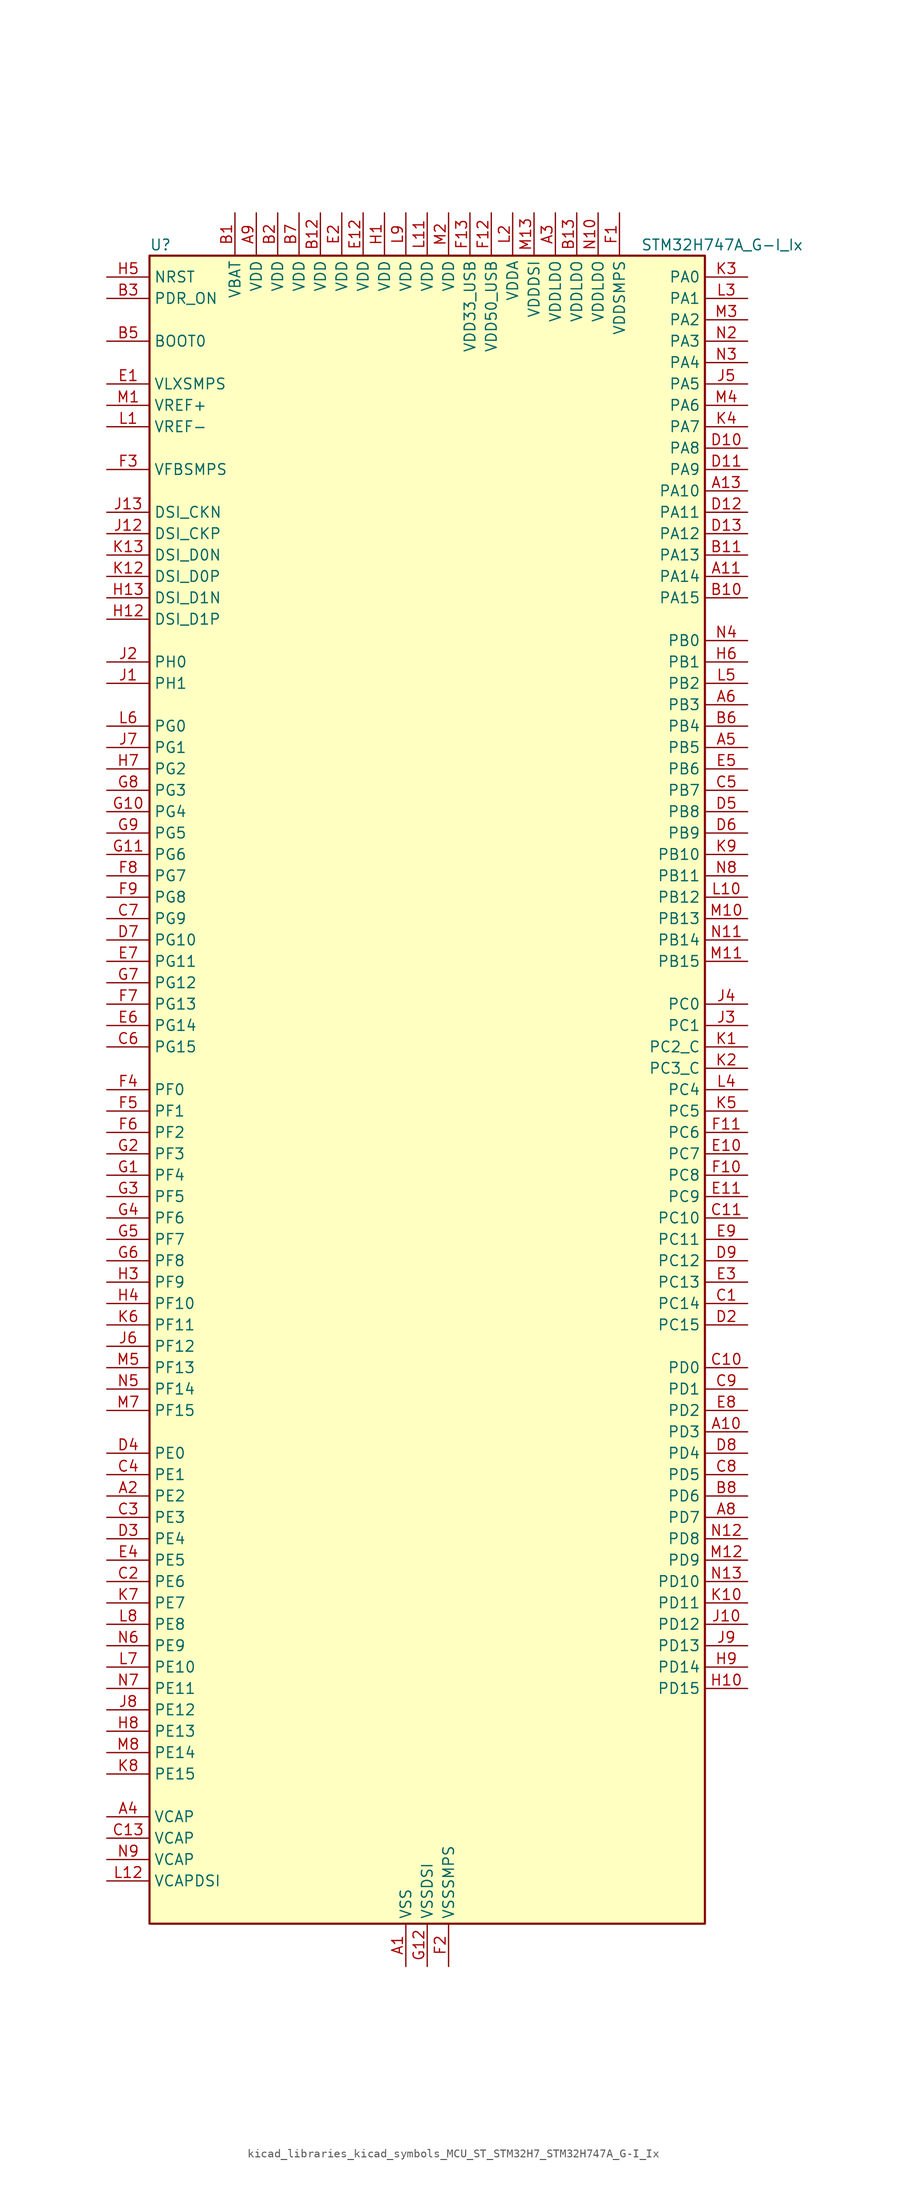
<source format=kicad_sym>
(kicad_symbol_lib
  (version 20220914)
  (generator kicad_symbol_editor)
  (symbol "kicad_libraries_kicad_symbols_MCU_ST_STM32H7_STM32H747A_G-I_Ix"
    (property "Reference" "U"
      (at -33.02 100.33 0)
      (effects (font (size 1.27 1.27)) (justify left)))
    (property "Value" "STM32H747A_G-I_Ix"
      (at 25.4 100.33 0)
      (effects (font (size 1.27 1.27)) (justify left)))
    (property "ki_locked" ""
      (at 0 0 0)
      (effects (font (size 1.27 1.27))))
    (symbol "kicad_libraries_kicad_symbols_MCU_ST_STM32H7_STM32H747A_G-I_Ix_0_1"
      (rectangle (start -33.02 -99.06) (end 33.02 99.06) (stroke (width 0.254) (type default)) (fill (type background))))
    (symbol "kicad_libraries_kicad_symbols_MCU_ST_STM32H7_STM32H747A_G-I_Ix_1_1"
      (pin power_in line (at -2.54 -104.14 90) (length 5.08) (name "VSS" (effects (font (size 1.27 1.27)))) (number "A1" (effects (font (size 1.27 1.27)))))
      (pin bidirectional line (at 38.1 -40.64 180) (length 5.08) (name "PD3" (effects (font (size 1.27 1.27)))) (number "A10" (effects (font (size 1.27 1.27)))) (alternate "DCMI_D5" bidirectional line) (alternate "DFSDM1_CKOUT" bidirectional line) (alternate "FMC_CLK" bidirectional line) (alternate "I2S2_CK" bidirectional line) (alternate "LTDC_G7" bidirectional line) (alternate "SPI2_SCK" bidirectional line) (alternate "USART2_CTS" bidirectional line) (alternate "USART2_NSS" bidirectional line))
      (pin bidirectional line (at 38.1 60.96 180) (length 5.08) (name "PA14" (effects (font (size 1.27 1.27)))) (number "A11" (effects (font (size 1.27 1.27)))) (alternate "DEBUG_JTCK-SWCLK" bidirectional line))
      (pin passive line (at -2.54 -104.14 90) (length 5.08) hide (name "VSS" (effects (font (size 1.27 1.27)))) (number "A12" (effects (font (size 1.27 1.27)))))
      (pin bidirectional line (at 38.1 71.12 180) (length 5.08) (name "PA10" (effects (font (size 1.27 1.27)))) (number "A13" (effects (font (size 1.27 1.27)))) (alternate "DCMI_D1" bidirectional line) (alternate "HRTIM_CHC2" bidirectional line) (alternate "LPUART1_RX" bidirectional line) (alternate "LTDC_B1" bidirectional line) (alternate "LTDC_B4" bidirectional line) (alternate "MDIOS_MDIO" bidirectional line) (alternate "TIM1_CH3" bidirectional line) (alternate "USART1_RX" bidirectional line) (alternate "USB_OTG_FS_ID" bidirectional line))
      (pin bidirectional line (at -38.1 -48.26 0) (length 5.08) (name "PE2" (effects (font (size 1.27 1.27)))) (number "A2" (effects (font (size 1.27 1.27)))) (alternate "DEBUG_TRACECLK" bidirectional line) (alternate "ETH_TXD3" bidirectional line) (alternate "FMC_A23" bidirectional line) (alternate "QUADSPI_BK1_IO2" bidirectional line) (alternate "SAI1_CK1" bidirectional line) (alternate "SAI1_MCLK_A" bidirectional line) (alternate "SAI4_CK1" bidirectional line) (alternate "SAI4_MCLK_A" bidirectional line) (alternate "SPI4_SCK" bidirectional line))
      (pin power_in line (at 15.24 104.14 270) (length 5.08) (name "VDDLDO" (effects (font (size 1.27 1.27)))) (number "A3" (effects (font (size 1.27 1.27)))))
      (pin power_out line (at -38.1 -86.36 0) (length 5.08) (name "VCAP" (effects (font (size 1.27 1.27)))) (number "A4" (effects (font (size 1.27 1.27)))))
      (pin bidirectional line (at 38.1 40.64 180) (length 5.08) (name "PB5" (effects (font (size 1.27 1.27)))) (number "A5" (effects (font (size 1.27 1.27)))) (alternate "DCMI_D10" bidirectional line) (alternate "ETH_PPS_OUT" bidirectional line) (alternate "FDCAN2_RX" bidirectional line) (alternate "FMC_SDCKE1" bidirectional line) (alternate "HRTIM_EEV7" bidirectional line) (alternate "I2C1_SMBA" bidirectional line) (alternate "I2C4_SMBA" bidirectional line) (alternate "I2S1_SDO" bidirectional line) (alternate "I2S3_SDO" bidirectional line) (alternate "SPI1_MOSI" bidirectional line) (alternate "SPI3_MOSI" bidirectional line) (alternate "SPI6_MOSI" bidirectional line) (alternate "TIM17_BKIN" bidirectional line) (alternate "TIM3_CH2" bidirectional line) (alternate "UART5_RX" bidirectional line) (alternate "USB_OTG_HS_ULPI_D7" bidirectional line))
      (pin bidirectional line (at 38.1 45.72 180) (length 5.08) (name "PB3" (effects (font (size 1.27 1.27)))) (number "A6" (effects (font (size 1.27 1.27)))) (alternate "CRS_SYNC" bidirectional line) (alternate "DEBUG_JTDO-SWO" bidirectional line) (alternate "HRTIM_FLT4" bidirectional line) (alternate "I2S1_CK" bidirectional line) (alternate "I2S3_CK" bidirectional line) (alternate "SDMMC2_D2" bidirectional line) (alternate "SPI1_SCK" bidirectional line) (alternate "SPI3_SCK" bidirectional line) (alternate "SPI6_SCK" bidirectional line) (alternate "TIM2_CH2" bidirectional line) (alternate "UART7_RX" bidirectional line))
      (pin passive line (at -2.54 -104.14 90) (length 5.08) hide (name "VSS" (effects (font (size 1.27 1.27)))) (number "A7" (effects (font (size 1.27 1.27)))))
      (pin bidirectional line (at 38.1 -50.8 180) (length 5.08) (name "PD7" (effects (font (size 1.27 1.27)))) (number "A8" (effects (font (size 1.27 1.27)))) (alternate "DFSDM1_CKIN1" bidirectional line) (alternate "DFSDM1_DATIN4" bidirectional line) (alternate "FMC_NE1" bidirectional line) (alternate "I2S1_SDO" bidirectional line) (alternate "SDMMC2_CMD" bidirectional line) (alternate "SPDIFRX1_IN0" bidirectional line) (alternate "SPI1_MOSI" bidirectional line) (alternate "USART2_CK" bidirectional line))
      (pin power_in line (at -20.32 104.14 270) (length 5.08) (name "VDD" (effects (font (size 1.27 1.27)))) (number "A9" (effects (font (size 1.27 1.27)))))
      (pin power_in line (at -22.86 104.14 270) (length 5.08) (name "VBAT" (effects (font (size 1.27 1.27)))) (number "B1" (effects (font (size 1.27 1.27)))))
      (pin bidirectional line (at 38.1 58.42 180) (length 5.08) (name "PA15" (effects (font (size 1.27 1.27)))) (number "B10" (effects (font (size 1.27 1.27)))) (alternate "ADC1_EXTI15" bidirectional line) (alternate "ADC2_EXTI15" bidirectional line) (alternate "ADC3_EXTI15" bidirectional line) (alternate "CEC" bidirectional line) (alternate "DEBUG_JTDI" bidirectional line) (alternate "DSIHOST_TE" bidirectional line) (alternate "HRTIM_FLT1" bidirectional line) (alternate "I2S1_WS" bidirectional line) (alternate "I2S3_WS" bidirectional line) (alternate "SPI1_NSS" bidirectional line) (alternate "SPI3_NSS" bidirectional line) (alternate "SPI6_NSS" bidirectional line) (alternate "TIM2_CH1" bidirectional line) (alternate "TIM2_ETR" bidirectional line) (alternate "UART4_DE" bidirectional line) (alternate "UART4_RTS" bidirectional line) (alternate "UART7_TX" bidirectional line))
      (pin bidirectional line (at 38.1 63.5 180) (length 5.08) (name "PA13" (effects (font (size 1.27 1.27)))) (number "B11" (effects (font (size 1.27 1.27)))) (alternate "DEBUG_JTMS-SWDIO" bidirectional line))
      (pin power_in line (at -12.7 104.14 270) (length 5.08) (name "VDD" (effects (font (size 1.27 1.27)))) (number "B12" (effects (font (size 1.27 1.27)))))
      (pin power_in line (at 17.78 104.14 270) (length 5.08) (name "VDDLDO" (effects (font (size 1.27 1.27)))) (number "B13" (effects (font (size 1.27 1.27)))))
      (pin power_in line (at -17.78 104.14 270) (length 5.08) (name "VDD" (effects (font (size 1.27 1.27)))) (number "B2" (effects (font (size 1.27 1.27)))))
      (pin input line (at -38.1 93.98 0) (length 5.08) (name "PDR_ON" (effects (font (size 1.27 1.27)))) (number "B3" (effects (font (size 1.27 1.27)))))
      (pin passive line (at -2.54 -104.14 90) (length 5.08) hide (name "VSS" (effects (font (size 1.27 1.27)))) (number "B4" (effects (font (size 1.27 1.27)))))
      (pin input line (at -38.1 88.9 0) (length 5.08) (name "BOOT0" (effects (font (size 1.27 1.27)))) (number "B5" (effects (font (size 1.27 1.27)))))
      (pin bidirectional line (at 38.1 43.18 180) (length 5.08) (name "PB4" (effects (font (size 1.27 1.27)))) (number "B6" (effects (font (size 1.27 1.27)))) (alternate "DEBUG_JTRST" bidirectional line) (alternate "HRTIM_EEV6" bidirectional line) (alternate "I2S1_SDI" bidirectional line) (alternate "I2S2_WS" bidirectional line) (alternate "I2S3_SDI" bidirectional line) (alternate "SDMMC2_D3" bidirectional line) (alternate "SPI1_MISO" bidirectional line) (alternate "SPI2_NSS" bidirectional line) (alternate "SPI3_MISO" bidirectional line) (alternate "SPI6_MISO" bidirectional line) (alternate "TIM16_BKIN" bidirectional line) (alternate "TIM3_CH1" bidirectional line) (alternate "UART7_TX" bidirectional line))
      (pin power_in line (at -15.24 104.14 270) (length 5.08) (name "VDD" (effects (font (size 1.27 1.27)))) (number "B7" (effects (font (size 1.27 1.27)))))
      (pin bidirectional line (at 38.1 -48.26 180) (length 5.08) (name "PD6" (effects (font (size 1.27 1.27)))) (number "B8" (effects (font (size 1.27 1.27)))) (alternate "DCMI_D10" bidirectional line) (alternate "DFSDM1_CKIN4" bidirectional line) (alternate "DFSDM1_DATIN1" bidirectional line) (alternate "FMC_NWAIT" bidirectional line) (alternate "I2S3_SDO" bidirectional line) (alternate "LTDC_B2" bidirectional line) (alternate "SAI1_D1" bidirectional line) (alternate "SAI1_SD_A" bidirectional line) (alternate "SAI4_D1" bidirectional line) (alternate "SAI4_SD_A" bidirectional line) (alternate "SDMMC2_CK" bidirectional line) (alternate "SPI3_MOSI" bidirectional line) (alternate "USART2_RX" bidirectional line))
      (pin passive line (at -2.54 -104.14 90) (length 5.08) hide (name "VSS" (effects (font (size 1.27 1.27)))) (number "B9" (effects (font (size 1.27 1.27)))))
      (pin bidirectional line (at 38.1 -25.4 180) (length 5.08) (name "PC14" (effects (font (size 1.27 1.27)))) (number "C1" (effects (font (size 1.27 1.27)))) (alternate "RCC_OSC32_IN" bidirectional line))
      (pin bidirectional line (at 38.1 -33.02 180) (length 5.08) (name "PD0" (effects (font (size 1.27 1.27)))) (number "C10" (effects (font (size 1.27 1.27)))) (alternate "DFSDM1_CKIN6" bidirectional line) (alternate "FDCAN1_RX" bidirectional line) (alternate "FMC_D2" bidirectional line) (alternate "FMC_DA2" bidirectional line) (alternate "SAI3_SCK_A" bidirectional line) (alternate "UART4_RX" bidirectional line))
      (pin bidirectional line (at 38.1 -15.24 180) (length 5.08) (name "PC10" (effects (font (size 1.27 1.27)))) (number "C11" (effects (font (size 1.27 1.27)))) (alternate "DCMI_D8" bidirectional line) (alternate "DFSDM1_CKIN5" bidirectional line) (alternate "HRTIM_EEV1" bidirectional line) (alternate "I2S3_CK" bidirectional line) (alternate "LTDC_R2" bidirectional line) (alternate "QUADSPI_BK1_IO1" bidirectional line) (alternate "SDMMC1_D2" bidirectional line) (alternate "SPI3_SCK" bidirectional line) (alternate "UART4_TX" bidirectional line) (alternate "USART3_TX" bidirectional line))
      (pin passive line (at -2.54 -104.14 90) (length 5.08) hide (name "VSS" (effects (font (size 1.27 1.27)))) (number "C12" (effects (font (size 1.27 1.27)))))
      (pin power_out line (at -38.1 -88.9 0) (length 5.08) (name "VCAP" (effects (font (size 1.27 1.27)))) (number "C13" (effects (font (size 1.27 1.27)))))
      (pin bidirectional line (at -38.1 -58.42 0) (length 5.08) (name "PE6" (effects (font (size 1.27 1.27)))) (number "C2" (effects (font (size 1.27 1.27)))) (alternate "DCMI_D7" bidirectional line) (alternate "DEBUG_TRACED3" bidirectional line) (alternate "FMC_A22" bidirectional line) (alternate "LTDC_G1" bidirectional line) (alternate "SAI1_D1" bidirectional line) (alternate "SAI1_SD_A" bidirectional line) (alternate "SAI2_MCLK_B" bidirectional line) (alternate "SAI4_D1" bidirectional line) (alternate "SAI4_SD_A" bidirectional line) (alternate "SPI4_MOSI" bidirectional line) (alternate "TIM15_CH2" bidirectional line) (alternate "TIM1_BKIN2" bidirectional line) (alternate "TIM1_BKIN2_COMP1" bidirectional line) (alternate "TIM1_BKIN2_COMP2" bidirectional line))
      (pin bidirectional line (at -38.1 -50.8 0) (length 5.08) (name "PE3" (effects (font (size 1.27 1.27)))) (number "C3" (effects (font (size 1.27 1.27)))) (alternate "DEBUG_TRACED0" bidirectional line) (alternate "FMC_A19" bidirectional line) (alternate "SAI1_SD_B" bidirectional line) (alternate "SAI4_SD_B" bidirectional line) (alternate "TIM15_BKIN" bidirectional line))
      (pin bidirectional line (at -38.1 -45.72 0) (length 5.08) (name "PE1" (effects (font (size 1.27 1.27)))) (number "C4" (effects (font (size 1.27 1.27)))) (alternate "DCMI_D3" bidirectional line) (alternate "FMC_NBL1" bidirectional line) (alternate "HRTIM_SCOUT" bidirectional line) (alternate "LPTIM1_IN2" bidirectional line) (alternate "UART8_TX" bidirectional line))
      (pin bidirectional line (at 38.1 35.56 180) (length 5.08) (name "PB7" (effects (font (size 1.27 1.27)))) (number "C5" (effects (font (size 1.27 1.27)))) (alternate "DCMI_VSYNC" bidirectional line) (alternate "DFSDM1_CKIN5" bidirectional line) (alternate "FMC_NL" bidirectional line) (alternate "HRTIM_EEV9" bidirectional line) (alternate "I2C1_SDA" bidirectional line) (alternate "I2C4_SDA" bidirectional line) (alternate "LPUART1_RX" bidirectional line) (alternate "PWR_PVD_IN" bidirectional line) (alternate "TIM17_CH1N" bidirectional line) (alternate "TIM4_CH2" bidirectional line) (alternate "USART1_RX" bidirectional line))
      (pin bidirectional line (at -38.1 5.08 0) (length 5.08) (name "PG15" (effects (font (size 1.27 1.27)))) (number "C6" (effects (font (size 1.27 1.27)))) (alternate "ADC1_EXTI15" bidirectional line) (alternate "ADC2_EXTI15" bidirectional line) (alternate "ADC3_EXTI15" bidirectional line) (alternate "DCMI_D13" bidirectional line) (alternate "FMC_SDNCAS" bidirectional line) (alternate "USART6_CTS" bidirectional line) (alternate "USART6_NSS" bidirectional line))
      (pin bidirectional line (at -38.1 20.32 0) (length 5.08) (name "PG9" (effects (font (size 1.27 1.27)))) (number "C7" (effects (font (size 1.27 1.27)))) (alternate "DAC1_EXTI9" bidirectional line) (alternate "DCMI_VSYNC" bidirectional line) (alternate "FMC_NCE" bidirectional line) (alternate "FMC_NE2" bidirectional line) (alternate "I2S1_SDI" bidirectional line) (alternate "QUADSPI_BK2_IO2" bidirectional line) (alternate "SAI2_FS_B" bidirectional line) (alternate "SPDIFRX1_IN3" bidirectional line) (alternate "SPI1_MISO" bidirectional line) (alternate "USART6_RX" bidirectional line))
      (pin bidirectional line (at 38.1 -45.72 180) (length 5.08) (name "PD5" (effects (font (size 1.27 1.27)))) (number "C8" (effects (font (size 1.27 1.27)))) (alternate "FMC_NWE" bidirectional line) (alternate "HRTIM_EEV3" bidirectional line) (alternate "USART2_TX" bidirectional line))
      (pin bidirectional line (at 38.1 -35.56 180) (length 5.08) (name "PD1" (effects (font (size 1.27 1.27)))) (number "C9" (effects (font (size 1.27 1.27)))) (alternate "DFSDM1_DATIN6" bidirectional line) (alternate "FDCAN1_TX" bidirectional line) (alternate "FMC_D3" bidirectional line) (alternate "FMC_DA3" bidirectional line) (alternate "SAI3_SD_A" bidirectional line) (alternate "UART4_TX" bidirectional line))
      (pin passive line (at -2.54 -104.14 90) (length 5.08) hide (name "VSS" (effects (font (size 1.27 1.27)))) (number "D1" (effects (font (size 1.27 1.27)))))
      (pin bidirectional line (at 38.1 76.2 180) (length 5.08) (name "PA8" (effects (font (size 1.27 1.27)))) (number "D10" (effects (font (size 1.27 1.27)))) (alternate "HRTIM_CHB2" bidirectional line) (alternate "I2C3_SCL" bidirectional line) (alternate "LTDC_B3" bidirectional line) (alternate "LTDC_R6" bidirectional line) (alternate "RCC_MCO_1" bidirectional line) (alternate "TIM1_CH1" bidirectional line) (alternate "TIM8_BKIN2" bidirectional line) (alternate "TIM8_BKIN2_COMP1" bidirectional line) (alternate "TIM8_BKIN2_COMP2" bidirectional line) (alternate "UART7_RX" bidirectional line) (alternate "USART1_CK" bidirectional line) (alternate "USB_OTG_FS_SOF" bidirectional line))
      (pin bidirectional line (at 38.1 73.66 180) (length 5.08) (name "PA9" (effects (font (size 1.27 1.27)))) (number "D11" (effects (font (size 1.27 1.27)))) (alternate "DAC1_EXTI9" bidirectional line) (alternate "DCMI_D0" bidirectional line) (alternate "HRTIM_CHC1" bidirectional line) (alternate "I2C3_SMBA" bidirectional line) (alternate "I2S2_CK" bidirectional line) (alternate "LPUART1_TX" bidirectional line) (alternate "LTDC_R5" bidirectional line) (alternate "SPI2_SCK" bidirectional line) (alternate "TIM1_CH2" bidirectional line) (alternate "USART1_TX" bidirectional line) (alternate "USB_OTG_FS_VBUS" bidirectional line))
      (pin bidirectional line (at 38.1 68.58 180) (length 5.08) (name "PA11" (effects (font (size 1.27 1.27)))) (number "D12" (effects (font (size 1.27 1.27)))) (alternate "ADC1_EXTI11" bidirectional line) (alternate "ADC2_EXTI11" bidirectional line) (alternate "ADC3_EXTI11" bidirectional line) (alternate "FDCAN1_RX" bidirectional line) (alternate "HRTIM_CHD1" bidirectional line) (alternate "I2S2_WS" bidirectional line) (alternate "LPUART1_CTS" bidirectional line) (alternate "LTDC_R4" bidirectional line) (alternate "SPI2_NSS" bidirectional line) (alternate "TIM1_CH4" bidirectional line) (alternate "UART4_RX" bidirectional line) (alternate "USART1_CTS" bidirectional line) (alternate "USART1_NSS" bidirectional line) (alternate "USB_OTG_FS_DM" bidirectional line))
      (pin bidirectional line (at 38.1 66.04 180) (length 5.08) (name "PA12" (effects (font (size 1.27 1.27)))) (number "D13" (effects (font (size 1.27 1.27)))) (alternate "FDCAN1_TX" bidirectional line) (alternate "HRTIM_CHD2" bidirectional line) (alternate "I2S2_CK" bidirectional line) (alternate "LPUART1_DE" bidirectional line) (alternate "LPUART1_RTS" bidirectional line) (alternate "LTDC_R5" bidirectional line) (alternate "SAI2_FS_B" bidirectional line) (alternate "SPI2_SCK" bidirectional line) (alternate "TIM1_ETR" bidirectional line) (alternate "UART4_TX" bidirectional line) (alternate "USART1_DE" bidirectional line) (alternate "USART1_RTS" bidirectional line) (alternate "USB_OTG_FS_DP" bidirectional line))
      (pin bidirectional line (at 38.1 -27.94 180) (length 5.08) (name "PC15" (effects (font (size 1.27 1.27)))) (number "D2" (effects (font (size 1.27 1.27)))) (alternate "ADC1_EXTI15" bidirectional line) (alternate "ADC2_EXTI15" bidirectional line) (alternate "ADC3_EXTI15" bidirectional line) (alternate "RCC_OSC32_OUT" bidirectional line))
      (pin bidirectional line (at -38.1 -53.34 0) (length 5.08) (name "PE4" (effects (font (size 1.27 1.27)))) (number "D3" (effects (font (size 1.27 1.27)))) (alternate "DCMI_D4" bidirectional line) (alternate "DEBUG_TRACED1" bidirectional line) (alternate "DFSDM1_DATIN3" bidirectional line) (alternate "FMC_A20" bidirectional line) (alternate "LTDC_B0" bidirectional line) (alternate "SAI1_D2" bidirectional line) (alternate "SAI1_FS_A" bidirectional line) (alternate "SAI4_D2" bidirectional line) (alternate "SAI4_FS_A" bidirectional line) (alternate "SPI4_NSS" bidirectional line) (alternate "TIM15_CH1N" bidirectional line))
      (pin bidirectional line (at -38.1 -43.18 0) (length 5.08) (name "PE0" (effects (font (size 1.27 1.27)))) (number "D4" (effects (font (size 1.27 1.27)))) (alternate "DCMI_D2" bidirectional line) (alternate "FMC_NBL0" bidirectional line) (alternate "HRTIM_SCIN" bidirectional line) (alternate "LPTIM1_ETR" bidirectional line) (alternate "LPTIM2_ETR" bidirectional line) (alternate "SAI2_MCLK_A" bidirectional line) (alternate "TIM4_ETR" bidirectional line) (alternate "UART8_RX" bidirectional line))
      (pin bidirectional line (at 38.1 33.02 180) (length 5.08) (name "PB8" (effects (font (size 1.27 1.27)))) (number "D5" (effects (font (size 1.27 1.27)))) (alternate "DCMI_D6" bidirectional line) (alternate "DFSDM1_CKIN7" bidirectional line) (alternate "ETH_TXD3" bidirectional line) (alternate "FDCAN1_RX" bidirectional line) (alternate "I2C1_SCL" bidirectional line) (alternate "I2C4_SCL" bidirectional line) (alternate "LTDC_B6" bidirectional line) (alternate "SDMMC1_CKIN" bidirectional line) (alternate "SDMMC1_D4" bidirectional line) (alternate "SDMMC2_D4" bidirectional line) (alternate "TIM16_CH1" bidirectional line) (alternate "TIM4_CH3" bidirectional line) (alternate "UART4_RX" bidirectional line))
      (pin bidirectional line (at 38.1 30.48 180) (length 5.08) (name "PB9" (effects (font (size 1.27 1.27)))) (number "D6" (effects (font (size 1.27 1.27)))) (alternate "DAC1_EXTI9" bidirectional line) (alternate "DCMI_D7" bidirectional line) (alternate "DFSDM1_DATIN7" bidirectional line) (alternate "FDCAN1_TX" bidirectional line) (alternate "I2C1_SDA" bidirectional line) (alternate "I2C4_SDA" bidirectional line) (alternate "I2C4_SMBA" bidirectional line) (alternate "I2S2_WS" bidirectional line) (alternate "LTDC_B7" bidirectional line) (alternate "SDMMC1_CDIR" bidirectional line) (alternate "SDMMC1_D5" bidirectional line) (alternate "SDMMC2_D5" bidirectional line) (alternate "SPI2_NSS" bidirectional line) (alternate "TIM17_CH1" bidirectional line) (alternate "TIM4_CH4" bidirectional line) (alternate "UART4_TX" bidirectional line))
      (pin bidirectional line (at -38.1 17.78 0) (length 5.08) (name "PG10" (effects (font (size 1.27 1.27)))) (number "D7" (effects (font (size 1.27 1.27)))) (alternate "DCMI_D2" bidirectional line) (alternate "FMC_NE3" bidirectional line) (alternate "HRTIM_FLT5" bidirectional line) (alternate "I2S1_WS" bidirectional line) (alternate "LTDC_B2" bidirectional line) (alternate "LTDC_G3" bidirectional line) (alternate "SAI2_SD_B" bidirectional line) (alternate "SPI1_NSS" bidirectional line))
      (pin bidirectional line (at 38.1 -43.18 180) (length 5.08) (name "PD4" (effects (font (size 1.27 1.27)))) (number "D8" (effects (font (size 1.27 1.27)))) (alternate "FMC_NOE" bidirectional line) (alternate "HRTIM_FLT3" bidirectional line) (alternate "SAI3_FS_A" bidirectional line) (alternate "USART2_DE" bidirectional line) (alternate "USART2_RTS" bidirectional line))
      (pin bidirectional line (at 38.1 -20.32 180) (length 5.08) (name "PC12" (effects (font (size 1.27 1.27)))) (number "D9" (effects (font (size 1.27 1.27)))) (alternate "DCMI_D9" bidirectional line) (alternate "DEBUG_TRACED3" bidirectional line) (alternate "HRTIM_EEV2" bidirectional line) (alternate "I2S3_SDO" bidirectional line) (alternate "SDMMC1_CK" bidirectional line) (alternate "SPI3_MOSI" bidirectional line) (alternate "UART5_TX" bidirectional line) (alternate "USART3_CK" bidirectional line))
      (pin power_in line (at -38.1 83.82 0) (length 5.08) (name "VLXSMPS" (effects (font (size 1.27 1.27)))) (number "E1" (effects (font (size 1.27 1.27)))))
      (pin bidirectional line (at 38.1 -7.62 180) (length 5.08) (name "PC7" (effects (font (size 1.27 1.27)))) (number "E10" (effects (font (size 1.27 1.27)))) (alternate "DCMI_D1" bidirectional line) (alternate "DEBUG_TRGIO" bidirectional line) (alternate "DFSDM1_DATIN3" bidirectional line) (alternate "FMC_NE1" bidirectional line) (alternate "HRTIM_CHA2" bidirectional line) (alternate "I2S3_MCK" bidirectional line) (alternate "LTDC_G6" bidirectional line) (alternate "SDMMC1_D123DIR" bidirectional line) (alternate "SDMMC1_D7" bidirectional line) (alternate "SDMMC2_D7" bidirectional line) (alternate "SWPMI1_TX" bidirectional line) (alternate "TIM3_CH2" bidirectional line) (alternate "TIM8_CH2" bidirectional line) (alternate "USART6_RX" bidirectional line))
      (pin bidirectional line (at 38.1 -12.7 180) (length 5.08) (name "PC9" (effects (font (size 1.27 1.27)))) (number "E11" (effects (font (size 1.27 1.27)))) (alternate "DAC1_EXTI9" bidirectional line) (alternate "DCMI_D3" bidirectional line) (alternate "I2C3_SDA" bidirectional line) (alternate "I2S_CKIN" bidirectional line) (alternate "LTDC_B2" bidirectional line) (alternate "LTDC_G3" bidirectional line) (alternate "QUADSPI_BK1_IO0" bidirectional line) (alternate "RCC_MCO_2" bidirectional line) (alternate "SDMMC1_D1" bidirectional line) (alternate "SWPMI1_SUSPEND" bidirectional line) (alternate "TIM3_CH4" bidirectional line) (alternate "TIM8_CH4" bidirectional line) (alternate "UART5_CTS" bidirectional line))
      (pin power_in line (at -7.62 104.14 270) (length 5.08) (name "VDD" (effects (font (size 1.27 1.27)))) (number "E12" (effects (font (size 1.27 1.27)))))
      (pin passive line (at -2.54 -104.14 90) (length 5.08) hide (name "VSS" (effects (font (size 1.27 1.27)))) (number "E13" (effects (font (size 1.27 1.27)))))
      (pin power_in line (at -10.16 104.14 270) (length 5.08) (name "VDD" (effects (font (size 1.27 1.27)))) (number "E2" (effects (font (size 1.27 1.27)))))
      (pin bidirectional line (at 38.1 -22.86 180) (length 5.08) (name "PC13" (effects (font (size 1.27 1.27)))) (number "E3" (effects (font (size 1.27 1.27)))) (alternate "PWR_WKUP2" bidirectional line) (alternate "RTC_OUT_ALARM" bidirectional line) (alternate "RTC_OUT_CALIB" bidirectional line) (alternate "RTC_TAMP1" bidirectional line) (alternate "RTC_TS" bidirectional line))
      (pin bidirectional line (at -38.1 -55.88 0) (length 5.08) (name "PE5" (effects (font (size 1.27 1.27)))) (number "E4" (effects (font (size 1.27 1.27)))) (alternate "DCMI_D6" bidirectional line) (alternate "DEBUG_TRACED2" bidirectional line) (alternate "DFSDM1_CKIN3" bidirectional line) (alternate "FMC_A21" bidirectional line) (alternate "LTDC_G0" bidirectional line) (alternate "SAI1_CK2" bidirectional line) (alternate "SAI1_SCK_A" bidirectional line) (alternate "SAI4_CK2" bidirectional line) (alternate "SAI4_SCK_A" bidirectional line) (alternate "SPI4_MISO" bidirectional line) (alternate "TIM15_CH1" bidirectional line))
      (pin bidirectional line (at 38.1 38.1 180) (length 5.08) (name "PB6" (effects (font (size 1.27 1.27)))) (number "E5" (effects (font (size 1.27 1.27)))) (alternate "CEC" bidirectional line) (alternate "DCMI_D5" bidirectional line) (alternate "DFSDM1_DATIN5" bidirectional line) (alternate "FDCAN2_TX" bidirectional line) (alternate "FMC_SDNE1" bidirectional line) (alternate "HRTIM_EEV8" bidirectional line) (alternate "I2C1_SCL" bidirectional line) (alternate "I2C4_SCL" bidirectional line) (alternate "LPUART1_TX" bidirectional line) (alternate "QUADSPI_BK1_NCS" bidirectional line) (alternate "TIM16_CH1N" bidirectional line) (alternate "TIM4_CH1" bidirectional line) (alternate "UART5_TX" bidirectional line) (alternate "USART1_TX" bidirectional line))
      (pin bidirectional line (at -38.1 7.62 0) (length 5.08) (name "PG14" (effects (font (size 1.27 1.27)))) (number "E6" (effects (font (size 1.27 1.27)))) (alternate "DEBUG_TRACED1" bidirectional line) (alternate "ETH_TXD1" bidirectional line) (alternate "FMC_A25" bidirectional line) (alternate "LPTIM1_ETR" bidirectional line) (alternate "LTDC_B0" bidirectional line) (alternate "QUADSPI_BK2_IO3" bidirectional line) (alternate "SPI6_MOSI" bidirectional line) (alternate "USART6_TX" bidirectional line))
      (pin bidirectional line (at -38.1 15.24 0) (length 5.08) (name "PG11" (effects (font (size 1.27 1.27)))) (number "E7" (effects (font (size 1.27 1.27)))) (alternate "ADC1_EXTI11" bidirectional line) (alternate "ADC2_EXTI11" bidirectional line) (alternate "ADC3_EXTI11" bidirectional line) (alternate "DCMI_D3" bidirectional line) (alternate "ETH_TX_EN" bidirectional line) (alternate "HRTIM_EEV4" bidirectional line) (alternate "I2S1_CK" bidirectional line) (alternate "LPTIM1_IN2" bidirectional line) (alternate "LTDC_B3" bidirectional line) (alternate "SDMMC2_D2" bidirectional line) (alternate "SPDIFRX1_IN0" bidirectional line) (alternate "SPI1_SCK" bidirectional line))
      (pin bidirectional line (at 38.1 -38.1 180) (length 5.08) (name "PD2" (effects (font (size 1.27 1.27)))) (number "E8" (effects (font (size 1.27 1.27)))) (alternate "DCMI_D11" bidirectional line) (alternate "DEBUG_TRACED2" bidirectional line) (alternate "SDMMC1_CMD" bidirectional line) (alternate "TIM3_ETR" bidirectional line) (alternate "UART5_RX" bidirectional line))
      (pin bidirectional line (at 38.1 -17.78 180) (length 5.08) (name "PC11" (effects (font (size 1.27 1.27)))) (number "E9" (effects (font (size 1.27 1.27)))) (alternate "ADC1_EXTI11" bidirectional line) (alternate "ADC2_EXTI11" bidirectional line) (alternate "ADC3_EXTI11" bidirectional line) (alternate "DCMI_D4" bidirectional line) (alternate "DFSDM1_DATIN5" bidirectional line) (alternate "HRTIM_FLT2" bidirectional line) (alternate "I2S3_SDI" bidirectional line) (alternate "QUADSPI_BK2_NCS" bidirectional line) (alternate "SDMMC1_D3" bidirectional line) (alternate "SPI3_MISO" bidirectional line) (alternate "UART4_RX" bidirectional line) (alternate "USART3_RX" bidirectional line))
      (pin power_in line (at 22.86 104.14 270) (length 5.08) (name "VDDSMPS" (effects (font (size 1.27 1.27)))) (number "F1" (effects (font (size 1.27 1.27)))))
      (pin bidirectional line (at 38.1 -10.16 180) (length 5.08) (name "PC8" (effects (font (size 1.27 1.27)))) (number "F10" (effects (font (size 1.27 1.27)))) (alternate "DCMI_D2" bidirectional line) (alternate "DEBUG_TRACED1" bidirectional line) (alternate "FMC_NCE" bidirectional line) (alternate "FMC_NE2" bidirectional line) (alternate "HRTIM_CHB1" bidirectional line) (alternate "SDMMC1_D0" bidirectional line) (alternate "SWPMI1_RX" bidirectional line) (alternate "TIM3_CH3" bidirectional line) (alternate "TIM8_CH3" bidirectional line) (alternate "UART5_DE" bidirectional line) (alternate "UART5_RTS" bidirectional line) (alternate "USART6_CK" bidirectional line))
      (pin bidirectional line (at 38.1 -5.08 180) (length 5.08) (name "PC6" (effects (font (size 1.27 1.27)))) (number "F11" (effects (font (size 1.27 1.27)))) (alternate "DCMI_D0" bidirectional line) (alternate "DFSDM1_CKIN3" bidirectional line) (alternate "FMC_NWAIT" bidirectional line) (alternate "HRTIM_CHA1" bidirectional line) (alternate "I2S2_MCK" bidirectional line) (alternate "LTDC_HSYNC" bidirectional line) (alternate "SDMMC1_D0DIR" bidirectional line) (alternate "SDMMC1_D6" bidirectional line) (alternate "SDMMC2_D6" bidirectional line) (alternate "SWPMI1_IO" bidirectional line) (alternate "TIM3_CH1" bidirectional line) (alternate "TIM8_CH1" bidirectional line) (alternate "USART6_TX" bidirectional line))
      (pin power_in line (at 7.62 104.14 270) (length 5.08) (name "VDD50_USB" (effects (font (size 1.27 1.27)))) (number "F12" (effects (font (size 1.27 1.27)))))
      (pin power_in line (at 5.08 104.14 270) (length 5.08) (name "VDD33_USB" (effects (font (size 1.27 1.27)))) (number "F13" (effects (font (size 1.27 1.27)))))
      (pin power_in line (at 2.54 -104.14 90) (length 5.08) (name "VSSSMPS" (effects (font (size 1.27 1.27)))) (number "F2" (effects (font (size 1.27 1.27)))))
      (pin input line (at -38.1 73.66 0) (length 5.08) (name "VFBSMPS" (effects (font (size 1.27 1.27)))) (number "F3" (effects (font (size 1.27 1.27)))))
      (pin bidirectional line (at -38.1 0 0) (length 5.08) (name "PF0" (effects (font (size 1.27 1.27)))) (number "F4" (effects (font (size 1.27 1.27)))) (alternate "FMC_A0" bidirectional line) (alternate "I2C2_SDA" bidirectional line))
      (pin bidirectional line (at -38.1 -2.54 0) (length 5.08) (name "PF1" (effects (font (size 1.27 1.27)))) (number "F5" (effects (font (size 1.27 1.27)))) (alternate "FMC_A1" bidirectional line) (alternate "I2C2_SCL" bidirectional line))
      (pin bidirectional line (at -38.1 -5.08 0) (length 5.08) (name "PF2" (effects (font (size 1.27 1.27)))) (number "F6" (effects (font (size 1.27 1.27)))) (alternate "FMC_A2" bidirectional line) (alternate "I2C2_SMBA" bidirectional line))
      (pin bidirectional line (at -38.1 10.16 0) (length 5.08) (name "PG13" (effects (font (size 1.27 1.27)))) (number "F7" (effects (font (size 1.27 1.27)))) (alternate "DEBUG_TRACED0" bidirectional line) (alternate "ETH_TXD0" bidirectional line) (alternate "FMC_A24" bidirectional line) (alternate "HRTIM_EEV10" bidirectional line) (alternate "LPTIM1_OUT" bidirectional line) (alternate "LTDC_R0" bidirectional line) (alternate "SPI6_SCK" bidirectional line) (alternate "USART6_CTS" bidirectional line) (alternate "USART6_NSS" bidirectional line))
      (pin bidirectional line (at -38.1 25.4 0) (length 5.08) (name "PG7" (effects (font (size 1.27 1.27)))) (number "F8" (effects (font (size 1.27 1.27)))) (alternate "DCMI_D13" bidirectional line) (alternate "FMC_INT" bidirectional line) (alternate "HRTIM_CHE2" bidirectional line) (alternate "LTDC_CLK" bidirectional line) (alternate "SAI1_MCLK_A" bidirectional line) (alternate "USART6_CK" bidirectional line))
      (pin bidirectional line (at -38.1 22.86 0) (length 5.08) (name "PG8" (effects (font (size 1.27 1.27)))) (number "F9" (effects (font (size 1.27 1.27)))) (alternate "ETH_PPS_OUT" bidirectional line) (alternate "FMC_SDCLK" bidirectional line) (alternate "LTDC_G7" bidirectional line) (alternate "SPDIFRX1_IN2" bidirectional line) (alternate "SPI6_NSS" bidirectional line) (alternate "TIM8_ETR" bidirectional line) (alternate "USART6_DE" bidirectional line) (alternate "USART6_RTS" bidirectional line))
      (pin bidirectional line (at -38.1 -10.16 0) (length 5.08) (name "PF4" (effects (font (size 1.27 1.27)))) (number "G1" (effects (font (size 1.27 1.27)))) (alternate "ADC3_INN5" bidirectional line) (alternate "ADC3_INP9" bidirectional line) (alternate "FMC_A4" bidirectional line))
      (pin bidirectional line (at -38.1 33.02 0) (length 5.08) (name "PG4" (effects (font (size 1.27 1.27)))) (number "G10" (effects (font (size 1.27 1.27)))) (alternate "FMC_A14" bidirectional line) (alternate "FMC_BA0" bidirectional line) (alternate "TIM1_BKIN2" bidirectional line) (alternate "TIM1_BKIN2_COMP1" bidirectional line) (alternate "TIM1_BKIN2_COMP2" bidirectional line))
      (pin bidirectional line (at -38.1 27.94 0) (length 5.08) (name "PG6" (effects (font (size 1.27 1.27)))) (number "G11" (effects (font (size 1.27 1.27)))) (alternate "DCMI_D12" bidirectional line) (alternate "FMC_NE3" bidirectional line) (alternate "HRTIM_CHE1" bidirectional line) (alternate "LTDC_R7" bidirectional line) (alternate "QUADSPI_BK1_NCS" bidirectional line) (alternate "TIM17_BKIN" bidirectional line))
      (pin power_in line (at 0 -104.14 90) (length 5.08) (name "VSSDSI" (effects (font (size 1.27 1.27)))) (number "G12" (effects (font (size 1.27 1.27)))))
      (pin passive line (at 0 -104.14 90) (length 5.08) hide (name "VSSDSI" (effects (font (size 1.27 1.27)))) (number "G13" (effects (font (size 1.27 1.27)))))
      (pin bidirectional line (at -38.1 -7.62 0) (length 5.08) (name "PF3" (effects (font (size 1.27 1.27)))) (number "G2" (effects (font (size 1.27 1.27)))) (alternate "ADC3_INP5" bidirectional line) (alternate "FMC_A3" bidirectional line))
      (pin bidirectional line (at -38.1 -12.7 0) (length 5.08) (name "PF5" (effects (font (size 1.27 1.27)))) (number "G3" (effects (font (size 1.27 1.27)))) (alternate "ADC3_INP4" bidirectional line) (alternate "FMC_A5" bidirectional line))
      (pin bidirectional line (at -38.1 -15.24 0) (length 5.08) (name "PF6" (effects (font (size 1.27 1.27)))) (number "G4" (effects (font (size 1.27 1.27)))) (alternate "ADC3_INN4" bidirectional line) (alternate "ADC3_INP8" bidirectional line) (alternate "QUADSPI_BK1_IO3" bidirectional line) (alternate "SAI1_SD_B" bidirectional line) (alternate "SAI4_SD_B" bidirectional line) (alternate "SPI5_NSS" bidirectional line) (alternate "TIM16_CH1" bidirectional line) (alternate "UART7_RX" bidirectional line))
      (pin bidirectional line (at -38.1 -17.78 0) (length 5.08) (name "PF7" (effects (font (size 1.27 1.27)))) (number "G5" (effects (font (size 1.27 1.27)))) (alternate "ADC3_INP3" bidirectional line) (alternate "QUADSPI_BK1_IO2" bidirectional line) (alternate "SAI1_MCLK_B" bidirectional line) (alternate "SAI4_MCLK_B" bidirectional line) (alternate "SPI5_SCK" bidirectional line) (alternate "TIM17_CH1" bidirectional line) (alternate "UART7_TX" bidirectional line))
      (pin bidirectional line (at -38.1 -20.32 0) (length 5.08) (name "PF8" (effects (font (size 1.27 1.27)))) (number "G6" (effects (font (size 1.27 1.27)))) (alternate "ADC3_INN3" bidirectional line) (alternate "ADC3_INP7" bidirectional line) (alternate "QUADSPI_BK1_IO0" bidirectional line) (alternate "SAI1_SCK_B" bidirectional line) (alternate "SAI4_SCK_B" bidirectional line) (alternate "SPI5_MISO" bidirectional line) (alternate "TIM13_CH1" bidirectional line) (alternate "TIM16_CH1N" bidirectional line) (alternate "UART7_DE" bidirectional line) (alternate "UART7_RTS" bidirectional line))
      (pin bidirectional line (at -38.1 12.7 0) (length 5.08) (name "PG12" (effects (font (size 1.27 1.27)))) (number "G7" (effects (font (size 1.27 1.27)))) (alternate "ETH_TXD1" bidirectional line) (alternate "FMC_NE4" bidirectional line) (alternate "HRTIM_EEV5" bidirectional line) (alternate "LPTIM1_IN1" bidirectional line) (alternate "LTDC_B1" bidirectional line) (alternate "LTDC_B4" bidirectional line) (alternate "SPDIFRX1_IN1" bidirectional line) (alternate "SPI6_MISO" bidirectional line) (alternate "USART6_DE" bidirectional line) (alternate "USART6_RTS" bidirectional line))
      (pin bidirectional line (at -38.1 35.56 0) (length 5.08) (name "PG3" (effects (font (size 1.27 1.27)))) (number "G8" (effects (font (size 1.27 1.27)))) (alternate "FMC_A13" bidirectional line) (alternate "TIM8_BKIN2" bidirectional line) (alternate "TIM8_BKIN2_COMP1" bidirectional line) (alternate "TIM8_BKIN2_COMP2" bidirectional line))
      (pin bidirectional line (at -38.1 30.48 0) (length 5.08) (name "PG5" (effects (font (size 1.27 1.27)))) (number "G9" (effects (font (size 1.27 1.27)))) (alternate "FMC_A15" bidirectional line) (alternate "FMC_BA1" bidirectional line) (alternate "TIM1_ETR" bidirectional line))
      (pin power_in line (at -5.08 104.14 270) (length 5.08) (name "VDD" (effects (font (size 1.27 1.27)))) (number "H1" (effects (font (size 1.27 1.27)))))
      (pin bidirectional line (at 38.1 -71.12 180) (length 5.08) (name "PD15" (effects (font (size 1.27 1.27)))) (number "H10" (effects (font (size 1.27 1.27)))) (alternate "ADC1_EXTI15" bidirectional line) (alternate "ADC2_EXTI15" bidirectional line) (alternate "ADC3_EXTI15" bidirectional line) (alternate "FMC_D1" bidirectional line) (alternate "FMC_DA1" bidirectional line) (alternate "SAI3_MCLK_A" bidirectional line) (alternate "TIM4_CH4" bidirectional line) (alternate "UART8_DE" bidirectional line) (alternate "UART8_RTS" bidirectional line))
      (pin passive line (at -2.54 -104.14 90) (length 5.08) hide (name "VSS" (effects (font (size 1.27 1.27)))) (number "H11" (effects (font (size 1.27 1.27)))))
      (pin bidirectional line (at -38.1 55.88 0) (length 5.08) (name "DSI_D1P" (effects (font (size 1.27 1.27)))) (number "H12" (effects (font (size 1.27 1.27)))) (alternate "DSIHOST_D1P" bidirectional line))
      (pin bidirectional line (at -38.1 58.42 0) (length 5.08) (name "DSI_D1N" (effects (font (size 1.27 1.27)))) (number "H13" (effects (font (size 1.27 1.27)))) (alternate "DSIHOST_D1N" bidirectional line))
      (pin passive line (at -2.54 -104.14 90) (length 5.08) hide (name "VSS" (effects (font (size 1.27 1.27)))) (number "H2" (effects (font (size 1.27 1.27)))))
      (pin bidirectional line (at -38.1 -22.86 0) (length 5.08) (name "PF9" (effects (font (size 1.27 1.27)))) (number "H3" (effects (font (size 1.27 1.27)))) (alternate "ADC3_INP2" bidirectional line) (alternate "DAC1_EXTI9" bidirectional line) (alternate "QUADSPI_BK1_IO1" bidirectional line) (alternate "SAI1_FS_B" bidirectional line) (alternate "SAI4_FS_B" bidirectional line) (alternate "SPI5_MOSI" bidirectional line) (alternate "TIM14_CH1" bidirectional line) (alternate "TIM17_CH1N" bidirectional line) (alternate "UART7_CTS" bidirectional line))
      (pin bidirectional line (at -38.1 -25.4 0) (length 5.08) (name "PF10" (effects (font (size 1.27 1.27)))) (number "H4" (effects (font (size 1.27 1.27)))) (alternate "ADC3_INN2" bidirectional line) (alternate "ADC3_INP6" bidirectional line) (alternate "DCMI_D11" bidirectional line) (alternate "LTDC_DE" bidirectional line) (alternate "QUADSPI_CLK" bidirectional line) (alternate "SAI1_D3" bidirectional line) (alternate "SAI4_D3" bidirectional line) (alternate "TIM16_BKIN" bidirectional line))
      (pin input line (at -38.1 96.52 0) (length 5.08) (name "NRST" (effects (font (size 1.27 1.27)))) (number "H5" (effects (font (size 1.27 1.27)))))
      (pin bidirectional line (at 38.1 50.8 180) (length 5.08) (name "PB1" (effects (font (size 1.27 1.27)))) (number "H6" (effects (font (size 1.27 1.27)))) (alternate "ADC1_INP5" bidirectional line) (alternate "ADC2_INP5" bidirectional line) (alternate "COMP1_INM" bidirectional line) (alternate "DFSDM1_DATIN1" bidirectional line) (alternate "ETH_RXD3" bidirectional line) (alternate "LTDC_G0" bidirectional line) (alternate "LTDC_R6" bidirectional line) (alternate "TIM1_CH3N" bidirectional line) (alternate "TIM3_CH4" bidirectional line) (alternate "TIM8_CH3N" bidirectional line) (alternate "USB_OTG_HS_ULPI_D2" bidirectional line))
      (pin bidirectional line (at -38.1 38.1 0) (length 5.08) (name "PG2" (effects (font (size 1.27 1.27)))) (number "H7" (effects (font (size 1.27 1.27)))) (alternate "FMC_A12" bidirectional line) (alternate "TIM8_BKIN" bidirectional line) (alternate "TIM8_BKIN_COMP1" bidirectional line) (alternate "TIM8_BKIN_COMP2" bidirectional line))
      (pin bidirectional line (at -38.1 -76.2 0) (length 5.08) (name "PE13" (effects (font (size 1.27 1.27)))) (number "H8" (effects (font (size 1.27 1.27)))) (alternate "COMP2_OUT" bidirectional line) (alternate "DFSDM1_CKIN5" bidirectional line) (alternate "FMC_D10" bidirectional line) (alternate "FMC_DA10" bidirectional line) (alternate "LTDC_DE" bidirectional line) (alternate "SAI2_FS_B" bidirectional line) (alternate "SPI4_MISO" bidirectional line) (alternate "TIM1_CH3" bidirectional line))
      (pin bidirectional line (at 38.1 -68.58 180) (length 5.08) (name "PD14" (effects (font (size 1.27 1.27)))) (number "H9" (effects (font (size 1.27 1.27)))) (alternate "FMC_D0" bidirectional line) (alternate "FMC_DA0" bidirectional line) (alternate "SAI3_MCLK_B" bidirectional line) (alternate "TIM4_CH3" bidirectional line) (alternate "UART8_CTS" bidirectional line))
      (pin bidirectional line (at -38.1 48.26 0) (length 5.08) (name "PH1" (effects (font (size 1.27 1.27)))) (number "J1" (effects (font (size 1.27 1.27)))) (alternate "RCC_OSC_OUT" bidirectional line))
      (pin bidirectional line (at 38.1 -63.5 180) (length 5.08) (name "PD12" (effects (font (size 1.27 1.27)))) (number "J10" (effects (font (size 1.27 1.27)))) (alternate "FMC_A17" bidirectional line) (alternate "FMC_ALE" bidirectional line) (alternate "I2C4_SCL" bidirectional line) (alternate "LPTIM1_IN1" bidirectional line) (alternate "LPTIM2_IN1" bidirectional line) (alternate "QUADSPI_BK1_IO1" bidirectional line) (alternate "SAI2_FS_A" bidirectional line) (alternate "TIM4_CH1" bidirectional line) (alternate "USART3_DE" bidirectional line) (alternate "USART3_RTS" bidirectional line))
      (pin passive line (at -2.54 -104.14 90) (length 5.08) hide (name "VSS" (effects (font (size 1.27 1.27)))) (number "J11" (effects (font (size 1.27 1.27)))))
      (pin bidirectional line (at -38.1 66.04 0) (length 5.08) (name "DSI_CKP" (effects (font (size 1.27 1.27)))) (number "J12" (effects (font (size 1.27 1.27)))) (alternate "DSIHOST_CKP" bidirectional line))
      (pin bidirectional line (at -38.1 68.58 0) (length 5.08) (name "DSI_CKN" (effects (font (size 1.27 1.27)))) (number "J13" (effects (font (size 1.27 1.27)))) (alternate "DSIHOST_CKN" bidirectional line))
      (pin bidirectional line (at -38.1 50.8 0) (length 5.08) (name "PH0" (effects (font (size 1.27 1.27)))) (number "J2" (effects (font (size 1.27 1.27)))) (alternate "RCC_OSC_IN" bidirectional line))
      (pin bidirectional line (at 38.1 7.62 180) (length 5.08) (name "PC1" (effects (font (size 1.27 1.27)))) (number "J3" (effects (font (size 1.27 1.27)))) (alternate "ADC1_INN10" bidirectional line) (alternate "ADC1_INP11" bidirectional line) (alternate "ADC2_INN10" bidirectional line) (alternate "ADC2_INP11" bidirectional line) (alternate "ADC3_INN10" bidirectional line) (alternate "ADC3_INP11" bidirectional line) (alternate "DEBUG_TRACED0" bidirectional line) (alternate "DFSDM1_CKIN4" bidirectional line) (alternate "DFSDM1_DATIN0" bidirectional line) (alternate "ETH_MDC" bidirectional line) (alternate "I2S2_SDO" bidirectional line) (alternate "MDIOS_MDC" bidirectional line) (alternate "PWR_WKUP5" bidirectional line) (alternate "RTC_TAMP3" bidirectional line) (alternate "SAI1_D1" bidirectional line) (alternate "SAI1_SD_A" bidirectional line) (alternate "SAI4_D1" bidirectional line) (alternate "SAI4_SD_A" bidirectional line) (alternate "SDMMC2_CK" bidirectional line) (alternate "SPI2_MOSI" bidirectional line))
      (pin bidirectional line (at 38.1 10.16 180) (length 5.08) (name "PC0" (effects (font (size 1.27 1.27)))) (number "J4" (effects (font (size 1.27 1.27)))) (alternate "ADC1_INP10" bidirectional line) (alternate "ADC2_INP10" bidirectional line) (alternate "ADC3_INP10" bidirectional line) (alternate "DFSDM1_CKIN0" bidirectional line) (alternate "DFSDM1_DATIN4" bidirectional line) (alternate "FMC_SDNWE" bidirectional line) (alternate "LTDC_R5" bidirectional line) (alternate "SAI2_FS_B" bidirectional line) (alternate "USB_OTG_HS_ULPI_STP" bidirectional line))
      (pin bidirectional line (at 38.1 83.82 180) (length 5.08) (name "PA5" (effects (font (size 1.27 1.27)))) (number "J5" (effects (font (size 1.27 1.27)))) (alternate "ADC1_INN18" bidirectional line) (alternate "ADC1_INP19" bidirectional line) (alternate "ADC2_INN18" bidirectional line) (alternate "ADC2_INP19" bidirectional line) (alternate "DAC1_OUT2" bidirectional line) (alternate "I2S1_CK" bidirectional line) (alternate "LTDC_R4" bidirectional line) (alternate "PWR_NDSTOP2" bidirectional line) (alternate "SPI1_SCK" bidirectional line) (alternate "SPI6_SCK" bidirectional line) (alternate "TIM2_CH1" bidirectional line) (alternate "TIM2_ETR" bidirectional line) (alternate "TIM8_CH1N" bidirectional line) (alternate "USB_OTG_HS_ULPI_CK" bidirectional line))
      (pin bidirectional line (at -38.1 -30.48 0) (length 5.08) (name "PF12" (effects (font (size 1.27 1.27)))) (number "J6" (effects (font (size 1.27 1.27)))) (alternate "ADC1_INN2" bidirectional line) (alternate "ADC1_INP6" bidirectional line) (alternate "FMC_A6" bidirectional line))
      (pin bidirectional line (at -38.1 40.64 0) (length 5.08) (name "PG1" (effects (font (size 1.27 1.27)))) (number "J7" (effects (font (size 1.27 1.27)))) (alternate "FMC_A11" bidirectional line) (alternate "OPAMP2_VINM" bidirectional line) (alternate "OPAMP2_VINM1" bidirectional line))
      (pin bidirectional line (at -38.1 -73.66 0) (length 5.08) (name "PE12" (effects (font (size 1.27 1.27)))) (number "J8" (effects (font (size 1.27 1.27)))) (alternate "COMP1_OUT" bidirectional line) (alternate "DFSDM1_DATIN5" bidirectional line) (alternate "FMC_D9" bidirectional line) (alternate "FMC_DA9" bidirectional line) (alternate "LTDC_B4" bidirectional line) (alternate "SAI2_SCK_B" bidirectional line) (alternate "SPI4_SCK" bidirectional line) (alternate "TIM1_CH3N" bidirectional line))
      (pin bidirectional line (at 38.1 -66.04 180) (length 5.08) (name "PD13" (effects (font (size 1.27 1.27)))) (number "J9" (effects (font (size 1.27 1.27)))) (alternate "FMC_A18" bidirectional line) (alternate "I2C4_SDA" bidirectional line) (alternate "LPTIM1_OUT" bidirectional line) (alternate "QUADSPI_BK1_IO3" bidirectional line) (alternate "SAI2_SCK_A" bidirectional line) (alternate "TIM4_CH2" bidirectional line))
      (pin bidirectional line (at 38.1 5.08 180) (length 5.08) (name "PC2_C" (effects (font (size 1.27 1.27)))) (number "K1" (effects (font (size 1.27 1.27)))) (alternate "ADC3_INN1" bidirectional line) (alternate "ADC3_INP0" bidirectional line) (alternate "DFSDM1_CKIN1" bidirectional line) (alternate "DFSDM1_CKOUT" bidirectional line) (alternate "ETH_TXD2" bidirectional line) (alternate "FMC_SDNE0" bidirectional line) (alternate "I2S2_SDI" bidirectional line) (alternate "PWR_CSTOP" bidirectional line) (alternate "SPI2_MISO" bidirectional line) (alternate "USB_OTG_HS_ULPI_DIR" bidirectional line))
      (pin bidirectional line (at 38.1 -60.96 180) (length 5.08) (name "PD11" (effects (font (size 1.27 1.27)))) (number "K10" (effects (font (size 1.27 1.27)))) (alternate "ADC1_EXTI11" bidirectional line) (alternate "ADC2_EXTI11" bidirectional line) (alternate "ADC3_EXTI11" bidirectional line) (alternate "FMC_A16" bidirectional line) (alternate "FMC_CLE" bidirectional line) (alternate "I2C4_SMBA" bidirectional line) (alternate "LPTIM2_IN2" bidirectional line) (alternate "QUADSPI_BK1_IO0" bidirectional line) (alternate "SAI2_SD_A" bidirectional line) (alternate "USART3_CTS" bidirectional line) (alternate "USART3_NSS" bidirectional line))
      (pin passive line (at -2.54 -104.14 90) (length 5.08) hide (name "VSS" (effects (font (size 1.27 1.27)))) (number "K11" (effects (font (size 1.27 1.27)))))
      (pin bidirectional line (at -38.1 60.96 0) (length 5.08) (name "DSI_D0P" (effects (font (size 1.27 1.27)))) (number "K12" (effects (font (size 1.27 1.27)))) (alternate "DSIHOST_D0P" bidirectional line))
      (pin bidirectional line (at -38.1 63.5 0) (length 5.08) (name "DSI_D0N" (effects (font (size 1.27 1.27)))) (number "K13" (effects (font (size 1.27 1.27)))) (alternate "DSIHOST_D0N" bidirectional line))
      (pin bidirectional line (at 38.1 2.54 180) (length 5.08) (name "PC3_C" (effects (font (size 1.27 1.27)))) (number "K2" (effects (font (size 1.27 1.27)))) (alternate "ADC3_INP1" bidirectional line) (alternate "DFSDM1_DATIN1" bidirectional line) (alternate "ETH_TX_CLK" bidirectional line) (alternate "FMC_SDCKE0" bidirectional line) (alternate "I2S2_SDO" bidirectional line) (alternate "PWR_CSLEEP" bidirectional line) (alternate "SPI2_MOSI" bidirectional line) (alternate "USB_OTG_HS_ULPI_NXT" bidirectional line))
      (pin bidirectional line (at 38.1 96.52 180) (length 5.08) (name "PA0" (effects (font (size 1.27 1.27)))) (number "K3" (effects (font (size 1.27 1.27)))) (alternate "ADC1_INP16" bidirectional line) (alternate "ETH_CRS" bidirectional line) (alternate "PWR_WKUP0" bidirectional line) (alternate "SAI2_SD_B" bidirectional line) (alternate "SDMMC2_CMD" bidirectional line) (alternate "TIM15_BKIN" bidirectional line) (alternate "TIM2_CH1" bidirectional line) (alternate "TIM2_ETR" bidirectional line) (alternate "TIM5_CH1" bidirectional line) (alternate "TIM8_ETR" bidirectional line) (alternate "UART4_TX" bidirectional line) (alternate "USART2_CTS" bidirectional line) (alternate "USART2_NSS" bidirectional line))
      (pin bidirectional line (at 38.1 78.74 180) (length 5.08) (name "PA7" (effects (font (size 1.27 1.27)))) (number "K4" (effects (font (size 1.27 1.27)))) (alternate "ADC1_INN3" bidirectional line) (alternate "ADC1_INP7" bidirectional line) (alternate "ADC2_INN3" bidirectional line) (alternate "ADC2_INP7" bidirectional line) (alternate "ETH_CRS_DV" bidirectional line) (alternate "ETH_RX_DV" bidirectional line) (alternate "FMC_SDNWE" bidirectional line) (alternate "I2S1_SDO" bidirectional line) (alternate "OPAMP1_VINM" bidirectional line) (alternate "OPAMP1_VINM1" bidirectional line) (alternate "SPI1_MOSI" bidirectional line) (alternate "SPI6_MOSI" bidirectional line) (alternate "TIM14_CH1" bidirectional line) (alternate "TIM1_CH1N" bidirectional line) (alternate "TIM3_CH2" bidirectional line) (alternate "TIM8_CH1N" bidirectional line))
      (pin bidirectional line (at 38.1 -2.54 180) (length 5.08) (name "PC5" (effects (font (size 1.27 1.27)))) (number "K5" (effects (font (size 1.27 1.27)))) (alternate "ADC1_INN4" bidirectional line) (alternate "ADC1_INP8" bidirectional line) (alternate "ADC2_INN4" bidirectional line) (alternate "ADC2_INP8" bidirectional line) (alternate "COMP1_OUT" bidirectional line) (alternate "DFSDM1_DATIN2" bidirectional line) (alternate "ETH_RXD1" bidirectional line) (alternate "FMC_SDCKE0" bidirectional line) (alternate "OPAMP1_VINM" bidirectional line) (alternate "OPAMP1_VINM0" bidirectional line) (alternate "SAI1_D3" bidirectional line) (alternate "SAI4_D3" bidirectional line) (alternate "SPDIFRX1_IN3" bidirectional line))
      (pin bidirectional line (at -38.1 -27.94 0) (length 5.08) (name "PF11" (effects (font (size 1.27 1.27)))) (number "K6" (effects (font (size 1.27 1.27)))) (alternate "ADC1_EXTI11" bidirectional line) (alternate "ADC1_INP2" bidirectional line) (alternate "ADC2_EXTI11" bidirectional line) (alternate "ADC3_EXTI11" bidirectional line) (alternate "DCMI_D12" bidirectional line) (alternate "FMC_SDNRAS" bidirectional line) (alternate "SAI2_SD_B" bidirectional line) (alternate "SPI5_MOSI" bidirectional line))
      (pin bidirectional line (at -38.1 -60.96 0) (length 5.08) (name "PE7" (effects (font (size 1.27 1.27)))) (number "K7" (effects (font (size 1.27 1.27)))) (alternate "COMP2_INM" bidirectional line) (alternate "DFSDM1_DATIN2" bidirectional line) (alternate "FMC_D4" bidirectional line) (alternate "FMC_DA4" bidirectional line) (alternate "OPAMP2_VOUT" bidirectional line) (alternate "QUADSPI_BK2_IO0" bidirectional line) (alternate "TIM1_ETR" bidirectional line) (alternate "UART7_RX" bidirectional line))
      (pin bidirectional line (at -38.1 -81.28 0) (length 5.08) (name "PE15" (effects (font (size 1.27 1.27)))) (number "K8" (effects (font (size 1.27 1.27)))) (alternate "ADC1_EXTI15" bidirectional line) (alternate "ADC2_EXTI15" bidirectional line) (alternate "ADC3_EXTI15" bidirectional line) (alternate "FMC_D12" bidirectional line) (alternate "FMC_DA12" bidirectional line) (alternate "LTDC_R7" bidirectional line) (alternate "TIM1_BKIN" bidirectional line) (alternate "TIM1_BKIN_COMP1" bidirectional line) (alternate "TIM1_BKIN_COMP2" bidirectional line))
      (pin bidirectional line (at 38.1 27.94 180) (length 5.08) (name "PB10" (effects (font (size 1.27 1.27)))) (number "K9" (effects (font (size 1.27 1.27)))) (alternate "DFSDM1_DATIN7" bidirectional line) (alternate "ETH_RX_ER" bidirectional line) (alternate "HRTIM_SCOUT" bidirectional line) (alternate "I2C2_SCL" bidirectional line) (alternate "I2S2_CK" bidirectional line) (alternate "LPTIM2_IN1" bidirectional line) (alternate "LTDC_G4" bidirectional line) (alternate "QUADSPI_BK1_NCS" bidirectional line) (alternate "SPI2_SCK" bidirectional line) (alternate "TIM2_CH3" bidirectional line) (alternate "USART3_TX" bidirectional line) (alternate "USB_OTG_HS_ULPI_D3" bidirectional line))
      (pin input line (at -38.1 78.74 0) (length 5.08) (name "VREF-" (effects (font (size 1.27 1.27)))) (number "L1" (effects (font (size 1.27 1.27)))))
      (pin bidirectional line (at 38.1 22.86 180) (length 5.08) (name "PB12" (effects (font (size 1.27 1.27)))) (number "L10" (effects (font (size 1.27 1.27)))) (alternate "DFSDM1_DATIN1" bidirectional line) (alternate "ETH_TXD0" bidirectional line) (alternate "FDCAN2_RX" bidirectional line) (alternate "I2C2_SMBA" bidirectional line) (alternate "I2S2_WS" bidirectional line) (alternate "SPI2_NSS" bidirectional line) (alternate "TIM1_BKIN" bidirectional line) (alternate "TIM1_BKIN_COMP1" bidirectional line) (alternate "TIM1_BKIN_COMP2" bidirectional line) (alternate "UART5_RX" bidirectional line) (alternate "USART3_CK" bidirectional line) (alternate "USB_OTG_HS_ID" bidirectional line) (alternate "USB_OTG_HS_ULPI_D5" bidirectional line))
      (pin power_in line (at 0 104.14 270) (length 5.08) (name "VDD" (effects (font (size 1.27 1.27)))) (number "L11" (effects (font (size 1.27 1.27)))))
      (pin power_out line (at -38.1 -93.98 0) (length 5.08) (name "VCAPDSI" (effects (font (size 1.27 1.27)))) (number "L12" (effects (font (size 1.27 1.27)))))
      (pin passive line (at -2.54 -104.14 90) (length 5.08) hide (name "VSS" (effects (font (size 1.27 1.27)))) (number "L13" (effects (font (size 1.27 1.27)))))
      (pin power_in line (at 10.16 104.14 270) (length 5.08) (name "VDDA" (effects (font (size 1.27 1.27)))) (number "L2" (effects (font (size 1.27 1.27)))))
      (pin bidirectional line (at 38.1 93.98 180) (length 5.08) (name "PA1" (effects (font (size 1.27 1.27)))) (number "L3" (effects (font (size 1.27 1.27)))) (alternate "ADC1_INN16" bidirectional line) (alternate "ADC1_INP17" bidirectional line) (alternate "ETH_REF_CLK" bidirectional line) (alternate "ETH_RX_CLK" bidirectional line) (alternate "LPTIM3_OUT" bidirectional line) (alternate "LTDC_R2" bidirectional line) (alternate "QUADSPI_BK1_IO3" bidirectional line) (alternate "SAI2_MCLK_B" bidirectional line) (alternate "TIM15_CH1N" bidirectional line) (alternate "TIM2_CH2" bidirectional line) (alternate "TIM5_CH2" bidirectional line) (alternate "UART4_RX" bidirectional line) (alternate "USART2_DE" bidirectional line) (alternate "USART2_RTS" bidirectional line))
      (pin bidirectional line (at 38.1 0 180) (length 5.08) (name "PC4" (effects (font (size 1.27 1.27)))) (number "L4" (effects (font (size 1.27 1.27)))) (alternate "ADC1_INP4" bidirectional line) (alternate "ADC2_INP4" bidirectional line) (alternate "COMP1_INM" bidirectional line) (alternate "DFSDM1_CKIN2" bidirectional line) (alternate "ETH_RXD0" bidirectional line) (alternate "FMC_SDNE0" bidirectional line) (alternate "I2S1_MCK" bidirectional line) (alternate "OPAMP1_VOUT" bidirectional line) (alternate "SPDIFRX1_IN2" bidirectional line))
      (pin bidirectional line (at 38.1 48.26 180) (length 5.08) (name "PB2" (effects (font (size 1.27 1.27)))) (number "L5" (effects (font (size 1.27 1.27)))) (alternate "COMP1_INP" bidirectional line) (alternate "DFSDM1_CKIN1" bidirectional line) (alternate "I2S3_SDO" bidirectional line) (alternate "QUADSPI_CLK" bidirectional line) (alternate "RTC_OUT_ALARM" bidirectional line) (alternate "RTC_OUT_CALIB" bidirectional line) (alternate "SAI1_D1" bidirectional line) (alternate "SAI1_SD_A" bidirectional line) (alternate "SAI4_D1" bidirectional line) (alternate "SAI4_SD_A" bidirectional line) (alternate "SPI3_MOSI" bidirectional line))
      (pin bidirectional line (at -38.1 43.18 0) (length 5.08) (name "PG0" (effects (font (size 1.27 1.27)))) (number "L6" (effects (font (size 1.27 1.27)))) (alternate "FMC_A10" bidirectional line))
      (pin bidirectional line (at -38.1 -68.58 0) (length 5.08) (name "PE10" (effects (font (size 1.27 1.27)))) (number "L7" (effects (font (size 1.27 1.27)))) (alternate "COMP2_INM" bidirectional line) (alternate "DFSDM1_DATIN4" bidirectional line) (alternate "FMC_D7" bidirectional line) (alternate "FMC_DA7" bidirectional line) (alternate "QUADSPI_BK2_IO3" bidirectional line) (alternate "TIM1_CH2N" bidirectional line) (alternate "UART7_CTS" bidirectional line))
      (pin bidirectional line (at -38.1 -63.5 0) (length 5.08) (name "PE8" (effects (font (size 1.27 1.27)))) (number "L8" (effects (font (size 1.27 1.27)))) (alternate "COMP2_OUT" bidirectional line) (alternate "DFSDM1_CKIN2" bidirectional line) (alternate "FMC_D5" bidirectional line) (alternate "FMC_DA5" bidirectional line) (alternate "OPAMP2_VINM" bidirectional line) (alternate "OPAMP2_VINM0" bidirectional line) (alternate "QUADSPI_BK2_IO1" bidirectional line) (alternate "TIM1_CH1N" bidirectional line) (alternate "UART7_TX" bidirectional line))
      (pin power_in line (at -2.54 104.14 270) (length 5.08) (name "VDD" (effects (font (size 1.27 1.27)))) (number "L9" (effects (font (size 1.27 1.27)))))
      (pin input line (at -38.1 81.28 0) (length 5.08) (name "VREF+" (effects (font (size 1.27 1.27)))) (number "M1" (effects (font (size 1.27 1.27)))) (alternate "VREFBUF_OUT" bidirectional line))
      (pin bidirectional line (at 38.1 20.32 180) (length 5.08) (name "PB13" (effects (font (size 1.27 1.27)))) (number "M10" (effects (font (size 1.27 1.27)))) (alternate "DFSDM1_CKIN1" bidirectional line) (alternate "ETH_TXD1" bidirectional line) (alternate "FDCAN2_TX" bidirectional line) (alternate "I2S2_CK" bidirectional line) (alternate "LPTIM2_OUT" bidirectional line) (alternate "SPI2_SCK" bidirectional line) (alternate "TIM1_CH1N" bidirectional line) (alternate "UART5_TX" bidirectional line) (alternate "USART3_CTS" bidirectional line) (alternate "USART3_NSS" bidirectional line) (alternate "USB_OTG_HS_ULPI_D6" bidirectional line) (alternate "USB_OTG_HS_VBUS" bidirectional line))
      (pin bidirectional line (at 38.1 15.24 180) (length 5.08) (name "PB15" (effects (font (size 1.27 1.27)))) (number "M11" (effects (font (size 1.27 1.27)))) (alternate "ADC1_EXTI15" bidirectional line) (alternate "ADC2_EXTI15" bidirectional line) (alternate "ADC3_EXTI15" bidirectional line) (alternate "DFSDM1_CKIN2" bidirectional line) (alternate "I2S2_SDO" bidirectional line) (alternate "RTC_REFIN" bidirectional line) (alternate "SDMMC2_D1" bidirectional line) (alternate "SPI2_MOSI" bidirectional line) (alternate "TIM12_CH2" bidirectional line) (alternate "TIM1_CH3N" bidirectional line) (alternate "TIM8_CH3N" bidirectional line) (alternate "UART4_CTS" bidirectional line) (alternate "USART1_RX" bidirectional line) (alternate "USB_OTG_HS_DP" bidirectional line))
      (pin bidirectional line (at 38.1 -55.88 180) (length 5.08) (name "PD9" (effects (font (size 1.27 1.27)))) (number "M12" (effects (font (size 1.27 1.27)))) (alternate "DAC1_EXTI9" bidirectional line) (alternate "DFSDM1_DATIN3" bidirectional line) (alternate "FMC_D14" bidirectional line) (alternate "FMC_DA14" bidirectional line) (alternate "SAI3_SD_B" bidirectional line) (alternate "USART3_RX" bidirectional line))
      (pin power_in line (at 12.7 104.14 270) (length 5.08) (name "VDDDSI" (effects (font (size 1.27 1.27)))) (number "M13" (effects (font (size 1.27 1.27)))))
      (pin power_in line (at 2.54 104.14 270) (length 5.08) (name "VDD" (effects (font (size 1.27 1.27)))) (number "M2" (effects (font (size 1.27 1.27)))))
      (pin bidirectional line (at 38.1 91.44 180) (length 5.08) (name "PA2" (effects (font (size 1.27 1.27)))) (number "M3" (effects (font (size 1.27 1.27)))) (alternate "ADC1_INP14" bidirectional line) (alternate "ADC2_INP14" bidirectional line) (alternate "ETH_MDIO" bidirectional line) (alternate "LPTIM4_OUT" bidirectional line) (alternate "LTDC_R1" bidirectional line) (alternate "MDIOS_MDIO" bidirectional line) (alternate "PWR_WKUP1" bidirectional line) (alternate "SAI2_SCK_B" bidirectional line) (alternate "TIM15_CH1" bidirectional line) (alternate "TIM2_CH3" bidirectional line) (alternate "TIM5_CH3" bidirectional line) (alternate "USART2_TX" bidirectional line))
      (pin bidirectional line (at 38.1 81.28 180) (length 5.08) (name "PA6" (effects (font (size 1.27 1.27)))) (number "M4" (effects (font (size 1.27 1.27)))) (alternate "ADC1_INP3" bidirectional line) (alternate "ADC2_INP3" bidirectional line) (alternate "DCMI_PIXCLK" bidirectional line) (alternate "I2S1_SDI" bidirectional line) (alternate "LTDC_G2" bidirectional line) (alternate "MDIOS_MDC" bidirectional line) (alternate "SPI1_MISO" bidirectional line) (alternate "SPI6_MISO" bidirectional line) (alternate "TIM13_CH1" bidirectional line) (alternate "TIM1_BKIN" bidirectional line) (alternate "TIM1_BKIN_COMP1" bidirectional line) (alternate "TIM1_BKIN_COMP2" bidirectional line) (alternate "TIM3_CH1" bidirectional line) (alternate "TIM8_BKIN" bidirectional line) (alternate "TIM8_BKIN_COMP1" bidirectional line) (alternate "TIM8_BKIN_COMP2" bidirectional line))
      (pin bidirectional line (at -38.1 -33.02 0) (length 5.08) (name "PF13" (effects (font (size 1.27 1.27)))) (number "M5" (effects (font (size 1.27 1.27)))) (alternate "ADC2_INP2" bidirectional line) (alternate "DFSDM1_DATIN6" bidirectional line) (alternate "FMC_A7" bidirectional line) (alternate "I2C4_SMBA" bidirectional line))
      (pin passive line (at -2.54 -104.14 90) (length 5.08) hide (name "VSS" (effects (font (size 1.27 1.27)))) (number "M6" (effects (font (size 1.27 1.27)))))
      (pin bidirectional line (at -38.1 -38.1 0) (length 5.08) (name "PF15" (effects (font (size 1.27 1.27)))) (number "M7" (effects (font (size 1.27 1.27)))) (alternate "ADC1_EXTI15" bidirectional line) (alternate "ADC2_EXTI15" bidirectional line) (alternate "ADC3_EXTI15" bidirectional line) (alternate "FMC_A9" bidirectional line) (alternate "I2C4_SDA" bidirectional line))
      (pin bidirectional line (at -38.1 -78.74 0) (length 5.08) (name "PE14" (effects (font (size 1.27 1.27)))) (number "M8" (effects (font (size 1.27 1.27)))) (alternate "FMC_D11" bidirectional line) (alternate "FMC_DA11" bidirectional line) (alternate "LTDC_CLK" bidirectional line) (alternate "SAI2_MCLK_B" bidirectional line) (alternate "SPI4_MOSI" bidirectional line) (alternate "TIM1_CH4" bidirectional line))
      (pin passive line (at -2.54 -104.14 90) (length 5.08) hide (name "VSS" (effects (font (size 1.27 1.27)))) (number "M9" (effects (font (size 1.27 1.27)))))
      (pin passive line (at -2.54 -104.14 90) (length 5.08) hide (name "VSS" (effects (font (size 1.27 1.27)))) (number "N1" (effects (font (size 1.27 1.27)))))
      (pin power_in line (at 20.32 104.14 270) (length 5.08) (name "VDDLDO" (effects (font (size 1.27 1.27)))) (number "N10" (effects (font (size 1.27 1.27)))))
      (pin bidirectional line (at 38.1 17.78 180) (length 5.08) (name "PB14" (effects (font (size 1.27 1.27)))) (number "N11" (effects (font (size 1.27 1.27)))) (alternate "DFSDM1_DATIN2" bidirectional line) (alternate "I2S2_SDI" bidirectional line) (alternate "SDMMC2_D0" bidirectional line) (alternate "SPI2_MISO" bidirectional line) (alternate "TIM12_CH1" bidirectional line) (alternate "TIM1_CH2N" bidirectional line) (alternate "TIM8_CH2N" bidirectional line) (alternate "UART4_DE" bidirectional line) (alternate "UART4_RTS" bidirectional line) (alternate "USART1_TX" bidirectional line) (alternate "USART3_DE" bidirectional line) (alternate "USART3_RTS" bidirectional line) (alternate "USB_OTG_HS_DM" bidirectional line))
      (pin bidirectional line (at 38.1 -53.34 180) (length 5.08) (name "PD8" (effects (font (size 1.27 1.27)))) (number "N12" (effects (font (size 1.27 1.27)))) (alternate "DFSDM1_CKIN3" bidirectional line) (alternate "FMC_D13" bidirectional line) (alternate "FMC_DA13" bidirectional line) (alternate "SAI3_SCK_B" bidirectional line) (alternate "SPDIFRX1_IN1" bidirectional line) (alternate "USART3_TX" bidirectional line))
      (pin bidirectional line (at 38.1 -58.42 180) (length 5.08) (name "PD10" (effects (font (size 1.27 1.27)))) (number "N13" (effects (font (size 1.27 1.27)))) (alternate "DFSDM1_CKOUT" bidirectional line) (alternate "FMC_D15" bidirectional line) (alternate "FMC_DA15" bidirectional line) (alternate "LTDC_B3" bidirectional line) (alternate "SAI3_FS_B" bidirectional line) (alternate "USART3_CK" bidirectional line))
      (pin bidirectional line (at 38.1 88.9 180) (length 5.08) (name "PA3" (effects (font (size 1.27 1.27)))) (number "N2" (effects (font (size 1.27 1.27)))) (alternate "ADC1_INP15" bidirectional line) (alternate "ADC2_INP15" bidirectional line) (alternate "ETH_COL" bidirectional line) (alternate "LPTIM5_OUT" bidirectional line) (alternate "LTDC_B2" bidirectional line) (alternate "LTDC_B5" bidirectional line) (alternate "TIM15_CH2" bidirectional line) (alternate "TIM2_CH4" bidirectional line) (alternate "TIM5_CH4" bidirectional line) (alternate "USART2_RX" bidirectional line) (alternate "USB_OTG_HS_ULPI_D0" bidirectional line))
      (pin bidirectional line (at 38.1 86.36 180) (length 5.08) (name "PA4" (effects (font (size 1.27 1.27)))) (number "N3" (effects (font (size 1.27 1.27)))) (alternate "ADC1_INP18" bidirectional line) (alternate "ADC2_INP18" bidirectional line) (alternate "DAC1_OUT1" bidirectional line) (alternate "DCMI_HSYNC" bidirectional line) (alternate "I2S1_WS" bidirectional line) (alternate "I2S3_WS" bidirectional line) (alternate "LTDC_VSYNC" bidirectional line) (alternate "SPI1_NSS" bidirectional line) (alternate "SPI3_NSS" bidirectional line) (alternate "SPI6_NSS" bidirectional line) (alternate "TIM5_ETR" bidirectional line) (alternate "USART2_CK" bidirectional line) (alternate "USB_OTG_HS_SOF" bidirectional line))
      (pin bidirectional line (at 38.1 53.34 180) (length 5.08) (name "PB0" (effects (font (size 1.27 1.27)))) (number "N4" (effects (font (size 1.27 1.27)))) (alternate "ADC1_INN5" bidirectional line) (alternate "ADC1_INP9" bidirectional line) (alternate "ADC2_INN5" bidirectional line) (alternate "ADC2_INP9" bidirectional line) (alternate "COMP1_INP" bidirectional line) (alternate "DFSDM1_CKOUT" bidirectional line) (alternate "ETH_RXD2" bidirectional line) (alternate "LTDC_G1" bidirectional line) (alternate "LTDC_R3" bidirectional line) (alternate "OPAMP1_VINP" bidirectional line) (alternate "TIM1_CH2N" bidirectional line) (alternate "TIM3_CH3" bidirectional line) (alternate "TIM8_CH2N" bidirectional line) (alternate "UART4_CTS" bidirectional line) (alternate "USB_OTG_HS_ULPI_D1" bidirectional line))
      (pin bidirectional line (at -38.1 -35.56 0) (length 5.08) (name "PF14" (effects (font (size 1.27 1.27)))) (number "N5" (effects (font (size 1.27 1.27)))) (alternate "ADC2_INN2" bidirectional line) (alternate "ADC2_INP6" bidirectional line) (alternate "DFSDM1_CKIN6" bidirectional line) (alternate "FMC_A8" bidirectional line) (alternate "I2C4_SCL" bidirectional line))
      (pin bidirectional line (at -38.1 -66.04 0) (length 5.08) (name "PE9" (effects (font (size 1.27 1.27)))) (number "N6" (effects (font (size 1.27 1.27)))) (alternate "COMP2_INP" bidirectional line) (alternate "DAC1_EXTI9" bidirectional line) (alternate "DFSDM1_CKOUT" bidirectional line) (alternate "FMC_D6" bidirectional line) (alternate "FMC_DA6" bidirectional line) (alternate "OPAMP2_VINP" bidirectional line) (alternate "QUADSPI_BK2_IO2" bidirectional line) (alternate "TIM1_CH1" bidirectional line) (alternate "UART7_DE" bidirectional line) (alternate "UART7_RTS" bidirectional line))
      (pin bidirectional line (at -38.1 -71.12 0) (length 5.08) (name "PE11" (effects (font (size 1.27 1.27)))) (number "N7" (effects (font (size 1.27 1.27)))) (alternate "ADC1_EXTI11" bidirectional line) (alternate "ADC2_EXTI11" bidirectional line) (alternate "ADC3_EXTI11" bidirectional line) (alternate "COMP2_INP" bidirectional line) (alternate "DFSDM1_CKIN4" bidirectional line) (alternate "FMC_D8" bidirectional line) (alternate "FMC_DA8" bidirectional line) (alternate "LTDC_G3" bidirectional line) (alternate "SAI2_SD_B" bidirectional line) (alternate "SPI4_NSS" bidirectional line) (alternate "TIM1_CH2" bidirectional line))
      (pin bidirectional line (at 38.1 25.4 180) (length 5.08) (name "PB11" (effects (font (size 1.27 1.27)))) (number "N8" (effects (font (size 1.27 1.27)))) (alternate "ADC1_EXTI11" bidirectional line) (alternate "ADC2_EXTI11" bidirectional line) (alternate "ADC3_EXTI11" bidirectional line) (alternate "DFSDM1_CKIN7" bidirectional line) (alternate "DSIHOST_TE" bidirectional line) (alternate "ETH_TX_EN" bidirectional line) (alternate "HRTIM_SCIN" bidirectional line) (alternate "I2C2_SDA" bidirectional line) (alternate "LPTIM2_ETR" bidirectional line) (alternate "LTDC_G5" bidirectional line) (alternate "TIM2_CH4" bidirectional line) (alternate "USART3_RX" bidirectional line) (alternate "USB_OTG_HS_ULPI_D4" bidirectional line))
      (pin power_out line (at -38.1 -91.44 0) (length 5.08) (name "VCAP" (effects (font (size 1.27 1.27)))) (number "N9" (effects (font (size 1.27 1.27))))))))
</source>
